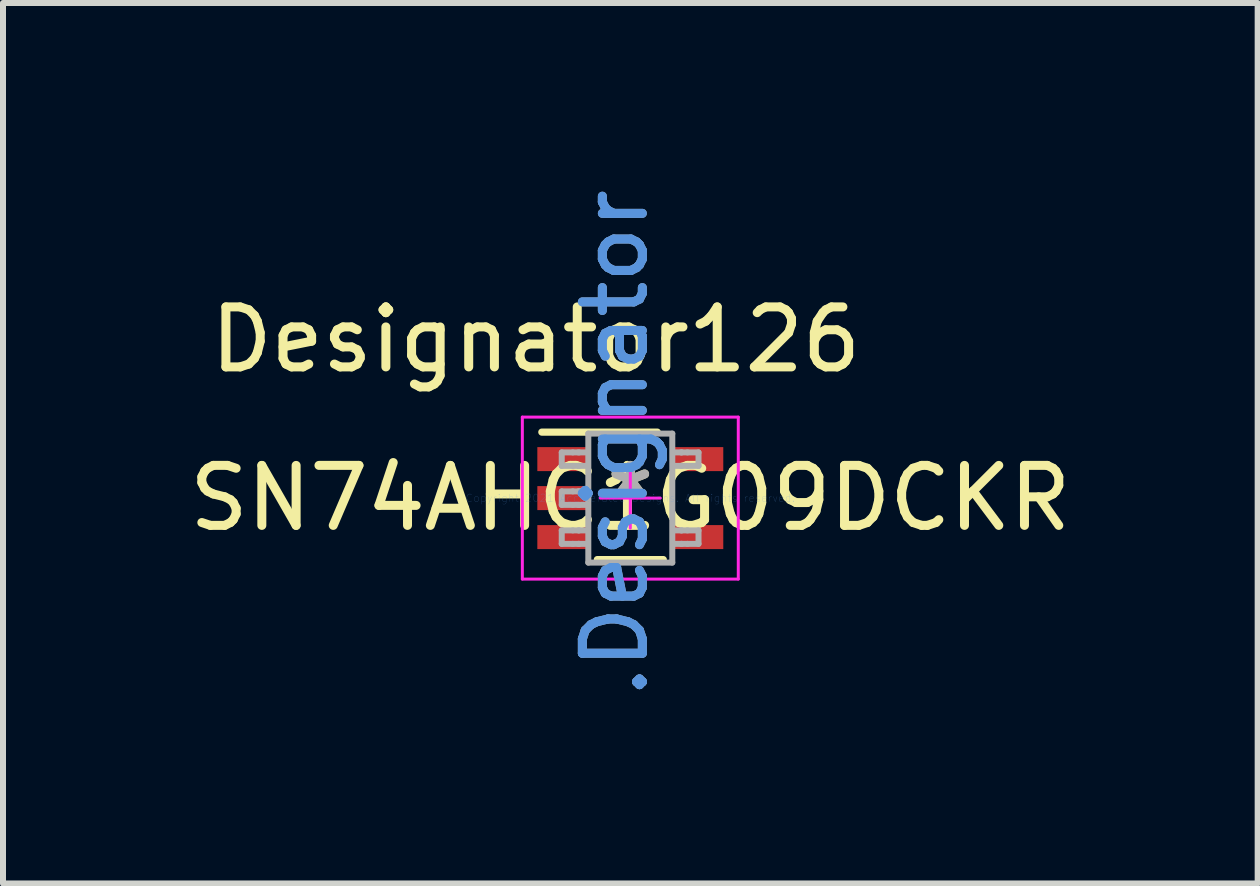
<source format=kicad_pcb>
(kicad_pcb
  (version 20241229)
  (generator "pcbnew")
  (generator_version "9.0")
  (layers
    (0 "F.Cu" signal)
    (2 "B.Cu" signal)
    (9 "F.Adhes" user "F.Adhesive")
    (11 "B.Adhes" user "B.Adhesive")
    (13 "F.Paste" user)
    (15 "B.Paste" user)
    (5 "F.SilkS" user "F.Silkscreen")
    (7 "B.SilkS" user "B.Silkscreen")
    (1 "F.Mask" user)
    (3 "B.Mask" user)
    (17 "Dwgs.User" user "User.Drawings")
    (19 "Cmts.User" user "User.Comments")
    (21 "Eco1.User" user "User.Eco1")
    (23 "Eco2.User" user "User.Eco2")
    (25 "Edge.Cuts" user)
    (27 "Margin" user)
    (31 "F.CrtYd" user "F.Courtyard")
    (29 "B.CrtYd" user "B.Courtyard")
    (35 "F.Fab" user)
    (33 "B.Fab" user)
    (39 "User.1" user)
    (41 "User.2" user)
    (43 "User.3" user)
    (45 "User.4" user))
  (footprint "SN74AHC1G09DCKR"
    (layer "F.Cu")
    (at 7.458 5.254)
    (property "Reference" "SN74AHC1G09DCKR" (at 0 0 0) (layer "F.SilkS") (effects (font (size 1 1) (thickness 0.15))))
    (attr through_hole)
    (fp_line (start -1.475 -1.1) (end 0.45 -1.1) (stroke (width 0.12) (type solid)) (layer "F.SilkS"))
    (fp_line (start -0.55 1.025) (end 0.55 1.025) (stroke (width 0.12) (type solid)) (layer "F.SilkS"))
    (fp_line (start -1.8 -1.35) (end 1.8 -1.35) (stroke (width 0.05) (type solid)) (layer "F.CrtYd"))
    (fp_line (start -1.8 1.35) (end -1.8 -1.35) (stroke (width 0.05) (type solid)) (layer "F.CrtYd"))
    (fp_line (start -1.8 1.35) (end 1.8 1.35) (stroke (width 0.05) (type solid)) (layer "F.CrtYd"))
    (fp_line (start -0.5 0) (end 0.5 0) (stroke (width 0.05) (type solid)) (layer "F.CrtYd"))
    (fp_line (start 0 0.5) (end 0 -0.5) (stroke (width 0.05) (type solid)) (layer "F.CrtYd"))
    (fp_line (start 1.8 1.35) (end 1.8 -1.35) (stroke (width 0.05) (type solid)) (layer "F.CrtYd"))
    (fp_line (start -1.143 -0.762) (end -0.959 -0.762) (stroke (width 0.1) (type solid)) (layer "F.Fab"))
    (fp_line (start -1.143 -0.537) (end -1.143 -0.762) (stroke (width 0.1) (type solid)) (layer "F.Fab"))
    (fp_line (start -1.143 -0.537) (end -0.959 -0.537) (stroke (width 0.1) (type solid)) (layer "F.Fab"))
    (fp_line (start -1.143 -0.112) (end -0.959 -0.112) (stroke (width 0.1) (type solid)) (layer "F.Fab"))
    (fp_line (start -1.143 0.113) (end -1.143 -0.112) (stroke (width 0.1) (type solid)) (layer "F.Fab"))
    (fp_line (start -1.143 0.113) (end -0.959 0.113) (stroke (width 0.1) (type solid)) (layer "F.Fab"))
    (fp_line (start -1.143 0.538) (end -0.959 0.538) (stroke (width 0.1) (type solid)) (layer "F.Fab"))
    (fp_line (start -1.143 0.763) (end -1.143 0.538) (stroke (width 0.1) (type solid)) (layer "F.Fab"))
    (fp_line (start -1.143 0.763) (end -0.959 0.763) (stroke (width 0.1) (type solid)) (layer "F.Fab"))
    (fp_line (start -0.959 -0.762) (end -0.711 -0.762) (stroke (width 0.1) (type solid)) (layer "F.Fab"))
    (fp_line (start -0.959 -0.537) (end -0.865 -0.537) (stroke (width 0.1) (type solid)) (layer "F.Fab"))
    (fp_line (start -0.959 -0.112) (end -0.865 -0.112) (stroke (width 0.1) (type solid)) (layer "F.Fab"))
    (fp_line (start -0.959 0.113) (end -0.865 0.113) (stroke (width 0.1) (type solid)) (layer "F.Fab"))
    (fp_line (start -0.959 0.538) (end -0.865 0.538) (stroke (width 0.1) (type solid)) (layer "F.Fab"))
    (fp_line (start -0.959 0.763) (end -0.865 0.763) (stroke (width 0.1) (type solid)) (layer "F.Fab"))
    (fp_line (start -0.865 -0.762) (end -0.853 -0.762) (stroke (width 0.1) (type solid)) (layer "F.Fab"))
    (fp_line (start -0.865 -0.537) (end -0.853 -0.537) (stroke (width 0.1) (type solid)) (layer "F.Fab"))
    (fp_line (start -0.865 -0.112) (end -0.853 -0.112) (stroke (width 0.1) (type solid)) (layer "F.Fab"))
    (fp_line (start -0.865 0.113) (end -0.853 0.113) (stroke (width 0.1) (type solid)) (layer "F.Fab"))
    (fp_line (start -0.865 0.538) (end -0.853 0.538) (stroke (width 0.1) (type solid)) (layer "F.Fab"))
    (fp_line (start -0.865 0.763) (end -0.853 0.763) (stroke (width 0.1) (type solid)) (layer "F.Fab"))
    (fp_line (start -0.853 -0.537) (end -0.711 -0.537) (stroke (width 0.1) (type solid)) (layer "F.Fab"))
    (fp_line (start -0.853 -0.112) (end -0.711 -0.112) (stroke (width 0.1) (type solid)) (layer "F.Fab"))
    (fp_line (start -0.853 0.113) (end -0.711 0.113) (stroke (width 0.1) (type solid)) (layer "F.Fab"))
    (fp_line (start -0.853 0.538) (end -0.711 0.538) (stroke (width 0.1) (type solid)) (layer "F.Fab"))
    (fp_line (start -0.853 0.763) (end -0.711 0.763) (stroke (width 0.1) (type solid)) (layer "F.Fab"))
    (fp_line (start -0.7 -1.075) (end 0.7 -1.075) (stroke (width 0.1) (type solid)) (layer "F.Fab"))
    (fp_line (start -0.7 1.075) (end -0.7 -1.075) (stroke (width 0.1) (type solid)) (layer "F.Fab"))
    (fp_line (start -0.7 1.075) (end 0.7 1.075) (stroke (width 0.1) (type solid)) (layer "F.Fab"))
    (fp_line (start 0.7 1.075) (end 0.7 -1.075) (stroke (width 0.1) (type solid)) (layer "F.Fab"))
    (fp_line (start 0.711 -0.762) (end 0.847 -0.762) (stroke (width 0.1) (type solid)) (layer "F.Fab"))
    (fp_line (start 0.711 -0.537) (end 0.847 -0.537) (stroke (width 0.1) (type solid)) (layer "F.Fab"))
    (fp_line (start 0.711 0.538) (end 0.847 0.538) (stroke (width 0.1) (type solid)) (layer "F.Fab"))
    (fp_line (start 0.711 0.763) (end 0.847 0.763) (stroke (width 0.1) (type solid)) (layer "F.Fab"))
    (fp_line (start 0.847 -0.762) (end 0.859 -0.762) (stroke (width 0.1) (type solid)) (layer "F.Fab"))
    (fp_line (start 0.847 -0.537) (end 0.859 -0.537) (stroke (width 0.1) (type solid)) (layer "F.Fab"))
    (fp_line (start 0.847 0.538) (end 0.859 0.538) (stroke (width 0.1) (type solid)) (layer "F.Fab"))
    (fp_line (start 0.847 0.763) (end 0.859 0.763) (stroke (width 0.1) (type solid)) (layer "F.Fab"))
    (fp_line (start 0.859 -0.762) (end 0.953 -0.762) (stroke (width 0.1) (type solid)) (layer "F.Fab"))
    (fp_line (start 0.859 -0.537) (end 0.953 -0.537) (stroke (width 0.1) (type solid)) (layer "F.Fab"))
    (fp_line (start 0.859 0.538) (end 0.953 0.538) (stroke (width 0.1) (type solid)) (layer "F.Fab"))
    (fp_line (start 0.859 0.763) (end 0.953 0.763) (stroke (width 0.1) (type solid)) (layer "F.Fab"))
    (fp_line (start 0.953 -0.762) (end 1.137 -0.762) (stroke (width 0.1) (type solid)) (layer "F.Fab"))
    (fp_line (start 0.953 -0.537) (end 1.137 -0.537) (stroke (width 0.1) (type solid)) (layer "F.Fab"))
    (fp_line (start 0.953 0.538) (end 1.137 0.538) (stroke (width 0.1) (type solid)) (layer "F.Fab"))
    (fp_line (start 0.953 0.763) (end 1.137 0.763) (stroke (width 0.1) (type solid)) (layer "F.Fab"))
    (fp_line (start 1.137 -0.537) (end 1.137 -0.762) (stroke (width 0.1) (type solid)) (layer "F.Fab"))
    (fp_line (start 1.137 0.763) (end 1.137 0.538) (stroke (width 0.1) (type solid)) (layer "F.Fab"))
    (fp_text user "*" (at 0 0 0) (layer "F.SilkS") (effects (font (size 1 1) (thickness 0.15))))
    (fp_text user "Designator126" (at -1.575 -2.642 0) (layer "F.SilkS") (effects (font (size 1 1) (thickness 0.15))))
    (fp_text user "Copyright 2021 Accelerated Designs. All rights reserved." (at 0 0 0) (layer "Cmts.User") (effects (font (size 0.127 0.127) (thickness 0.002))))
    (fp_text user ".Designator" (at -0.254 -0.914 270) (layer "Cmts.User") (effects (font (size 1 1) (thickness 0.15))))
    (fp_text user "*" (at 0 0 0) (layer "F.Fab") (effects (font (size 1 1) (thickness 0.15))))
    (fp_text user ".Designator" (at -0.254 -0.914 270) (layer "F.Fab") (effects (font (size 1 1) (thickness 0.15))))
    (pad "1" smd rect (at -1.125 -0.65 90) (size 0.4 0.85) (layers "F.Cu" "F.Mask" "F.Paste"))
    (pad "2" smd rect (at -1.125 0 90) (size 0.4 0.85) (layers "F.Cu" "F.Mask" "F.Paste"))
    (pad "3" smd rect (at -1.125 0.65 90) (size 0.4 0.85) (layers "F.Cu" "F.Mask" "F.Paste"))
    (pad "4" smd rect (at 1.125 0.65 90) (size 0.4 0.85) (layers "F.Cu" "F.Mask" "F.Paste"))
    (pad "5" smd rect (at 1.125 -0.65 90) (size 0.4 0.85) (layers "F.Cu" "F.Mask" "F.Paste")))
  (gr_rect
    (start -3 -3)
    (end 17.917 11.679)
    (stroke (width 0.1) (type default))
    (fill no)
    (layer "Edge.Cuts")))
</source>
